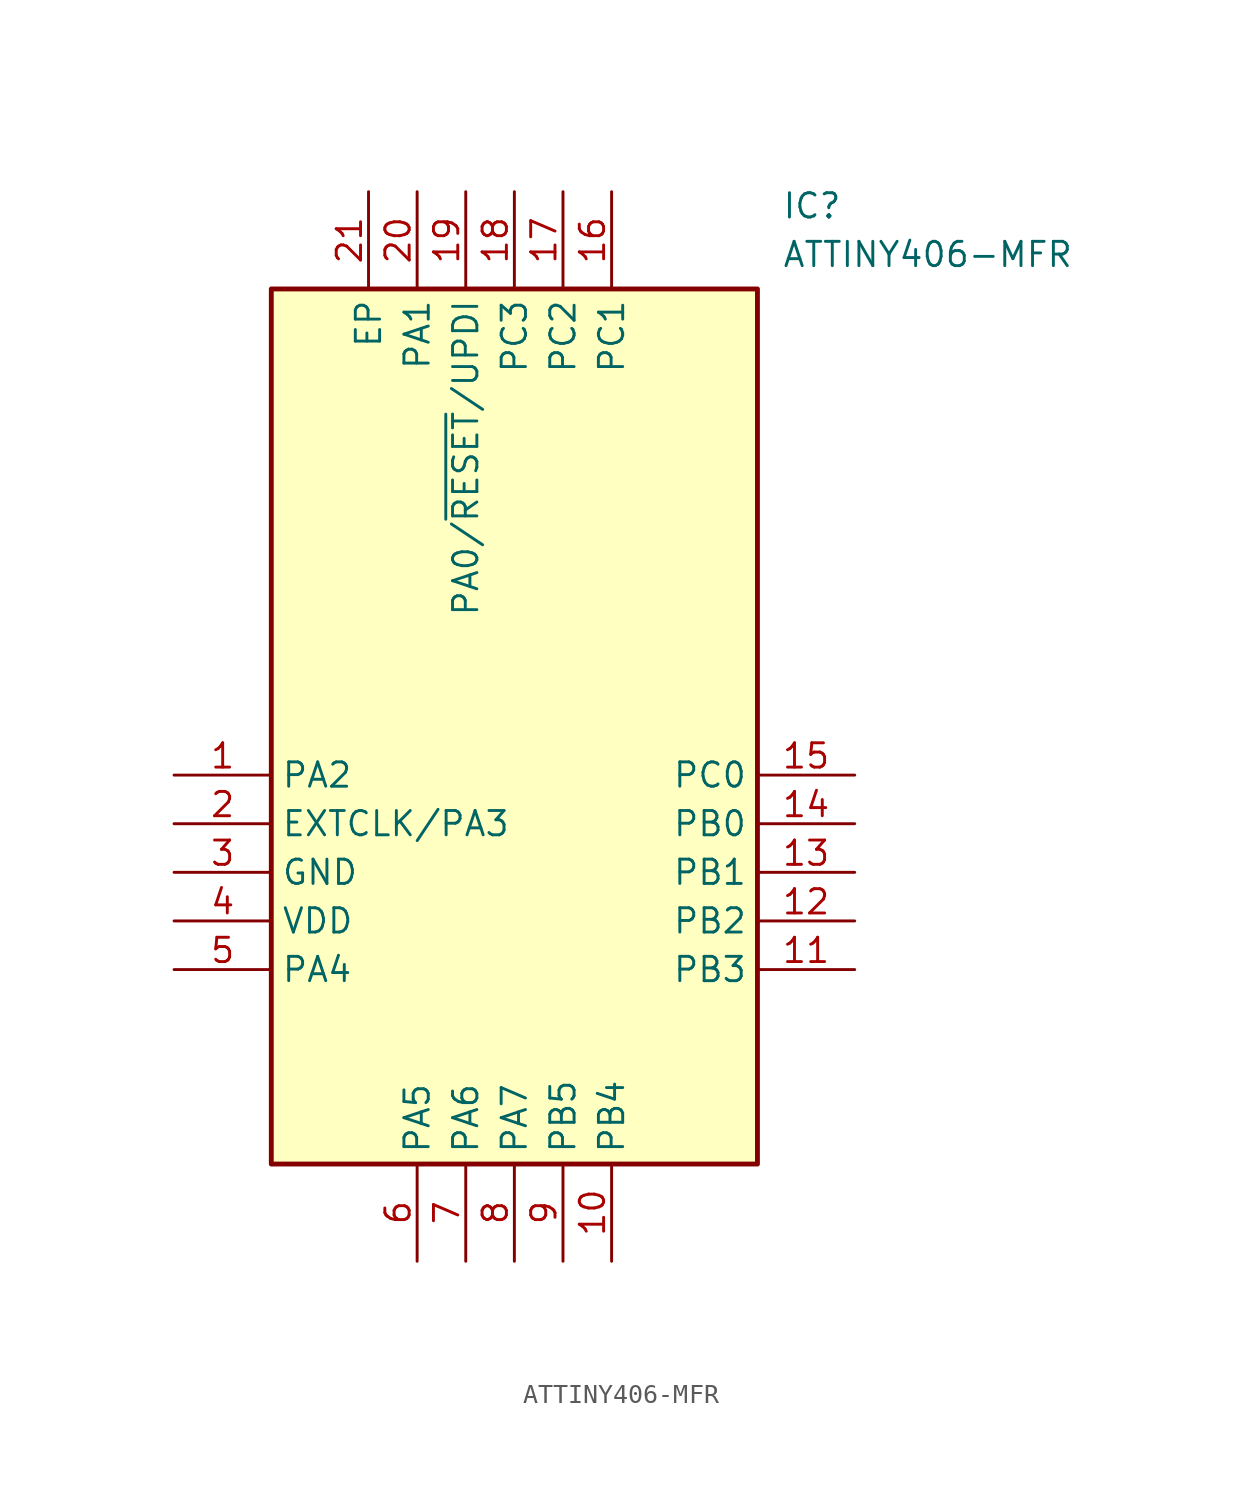
<source format=kicad_sym>
(kicad_symbol_lib
  (version 20241209)
  (generator "kicad_symbol_editor")
  (generator_version "9.0")
  (symbol "ATTINY406-MFR"
    (property "Reference" "IC"
      (at 31.75 30.48 0)
      (effects (font (size 1.27 1.27)) (justify left top)))
    (property "Value" "ATTINY406-MFR"
      (at 31.75 27.94 0)
      (effects (font (size 1.27 1.27)) (justify left top)))
    (symbol "ATTINY406-MFR_1_1"
      (rectangle (start 5.08 25.4) (end 30.48 -20.32) (stroke (width 0.254) (type default)) (fill (type background)))
      (pin passive line (at 0 0 0) (length 5.08) (name "PA2" (effects (font (size 1.27 1.27)))) (number "1" (effects (font (size 1.27 1.27)))))
      (pin passive line (at 0 -2.54 0) (length 5.08) (name "EXTCLK/PA3" (effects (font (size 1.27 1.27)))) (number "2" (effects (font (size 1.27 1.27)))))
      (pin passive line (at 0 -5.08 0) (length 5.08) (name "GND" (effects (font (size 1.27 1.27)))) (number "3" (effects (font (size 1.27 1.27)))))
      (pin passive line (at 0 -7.62 0) (length 5.08) (name "VDD" (effects (font (size 1.27 1.27)))) (number "4" (effects (font (size 1.27 1.27)))))
      (pin passive line (at 0 -10.16 0) (length 5.08) (name "PA4" (effects (font (size 1.27 1.27)))) (number "5" (effects (font (size 1.27 1.27)))))
      (pin passive line (at 10.16 30.48 270) (length 5.08) (name "EP" (effects (font (size 1.27 1.27)))) (number "21" (effects (font (size 1.27 1.27)))))
      (pin passive line (at 12.7 30.48 270) (length 5.08) (name "PA1" (effects (font (size 1.27 1.27)))) (number "20" (effects (font (size 1.27 1.27)))))
      (pin passive line (at 12.7 -25.4 90) (length 5.08) (name "PA5" (effects (font (size 1.27 1.27)))) (number "6" (effects (font (size 1.27 1.27)))))
      (pin passive line (at 15.24 30.48 270) (length 5.08) (name "PA0/~{RESET}/UPDI" (effects (font (size 1.27 1.27)))) (number "19" (effects (font (size 1.27 1.27)))))
      (pin passive line (at 15.24 -25.4 90) (length 5.08) (name "PA6" (effects (font (size 1.27 1.27)))) (number "7" (effects (font (size 1.27 1.27)))))
      (pin passive line (at 17.78 30.48 270) (length 5.08) (name "PC3" (effects (font (size 1.27 1.27)))) (number "18" (effects (font (size 1.27 1.27)))))
      (pin passive line (at 17.78 -25.4 90) (length 5.08) (name "PA7" (effects (font (size 1.27 1.27)))) (number "8" (effects (font (size 1.27 1.27)))))
      (pin passive line (at 20.32 30.48 270) (length 5.08) (name "PC2" (effects (font (size 1.27 1.27)))) (number "17" (effects (font (size 1.27 1.27)))))
      (pin passive line (at 20.32 -25.4 90) (length 5.08) (name "PB5" (effects (font (size 1.27 1.27)))) (number "9" (effects (font (size 1.27 1.27)))))
      (pin passive line (at 22.86 30.48 270) (length 5.08) (name "PC1" (effects (font (size 1.27 1.27)))) (number "16" (effects (font (size 1.27 1.27)))))
      (pin passive line (at 22.86 -25.4 90) (length 5.08) (name "PB4" (effects (font (size 1.27 1.27)))) (number "10" (effects (font (size 1.27 1.27)))))
      (pin passive line (at 35.56 0 180) (length 5.08) (name "PC0" (effects (font (size 1.27 1.27)))) (number "15" (effects (font (size 1.27 1.27)))))
      (pin passive line (at 35.56 -2.54 180) (length 5.08) (name "PB0" (effects (font (size 1.27 1.27)))) (number "14" (effects (font (size 1.27 1.27)))))
      (pin passive line (at 35.56 -5.08 180) (length 5.08) (name "PB1" (effects (font (size 1.27 1.27)))) (number "13" (effects (font (size 1.27 1.27)))))
      (pin passive line (at 35.56 -7.62 180) (length 5.08) (name "PB2" (effects (font (size 1.27 1.27)))) (number "12" (effects (font (size 1.27 1.27)))))
      (pin passive line (at 35.56 -10.16 180) (length 5.08) (name "PB3" (effects (font (size 1.27 1.27)))) (number "11" (effects (font (size 1.27 1.27))))))))
</source>
